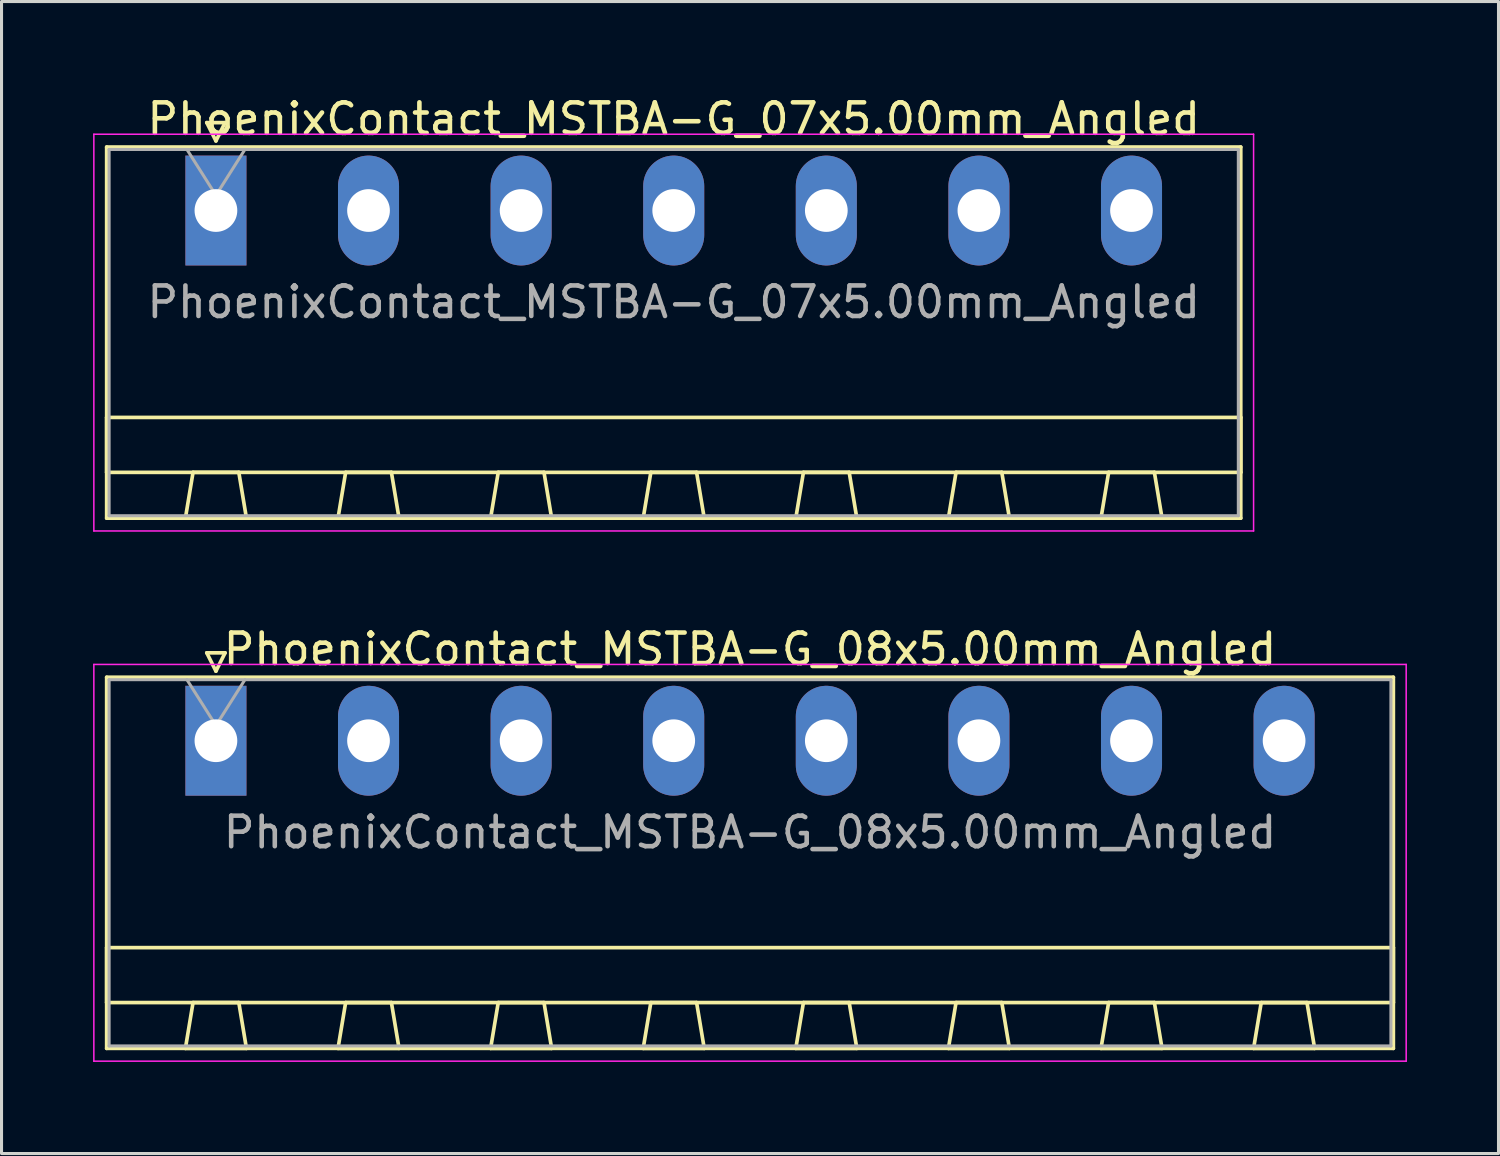
<source format=kicad_pcb>
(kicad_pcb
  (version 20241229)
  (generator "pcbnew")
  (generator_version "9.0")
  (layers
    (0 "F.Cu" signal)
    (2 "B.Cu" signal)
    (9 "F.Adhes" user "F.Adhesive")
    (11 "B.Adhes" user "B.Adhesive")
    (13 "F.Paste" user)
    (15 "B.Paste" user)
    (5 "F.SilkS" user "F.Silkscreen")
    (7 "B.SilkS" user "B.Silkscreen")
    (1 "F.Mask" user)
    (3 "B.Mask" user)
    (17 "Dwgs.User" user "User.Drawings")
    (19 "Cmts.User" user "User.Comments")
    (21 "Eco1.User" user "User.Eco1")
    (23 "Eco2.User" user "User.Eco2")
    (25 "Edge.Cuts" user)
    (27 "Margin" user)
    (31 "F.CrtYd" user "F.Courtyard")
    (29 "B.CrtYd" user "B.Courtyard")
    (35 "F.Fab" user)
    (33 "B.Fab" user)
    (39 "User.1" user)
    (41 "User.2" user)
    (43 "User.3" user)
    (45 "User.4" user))
  (footprint "PhoenixContact_MSTBA-G_08x5.00mm_Angled"
    (layer "F.Cu")
    (at 4.025 21.221)
    (property "Reference" "PhoenixContact_MSTBA-G_08x5.00mm_Angled" (at 17.5 -3 0) (layer "F.SilkS") (effects (font (size 1 1) (thickness 0.15))))
    (attr through_hole)
    (fp_line (start -3.58 -2.08) (end -3.58 10.08) (stroke (width 0.12) (type solid)) (layer "F.SilkS"))
    (fp_line (start -3.58 6.78) (end 38.58 6.78) (stroke (width 0.12) (type solid)) (layer "F.SilkS"))
    (fp_line (start -3.58 8.58) (end -3.58 6.78) (stroke (width 0.12) (type solid)) (layer "F.SilkS"))
    (fp_line (start -3.58 10.08) (end 38.58 10.08) (stroke (width 0.12) (type solid)) (layer "F.SilkS"))
    (fp_line (start -1 10.08) (end 1 10.08) (stroke (width 0.12) (type solid)) (layer "F.SilkS"))
    (fp_line (start -0.75 8.58) (end -1 10.08) (stroke (width 0.12) (type solid)) (layer "F.SilkS"))
    (fp_line (start -0.3 -2.88) (end 0.3 -2.88) (stroke (width 0.12) (type solid)) (layer "F.SilkS"))
    (fp_line (start 0 -2.28) (end -0.3 -2.88) (stroke (width 0.12) (type solid)) (layer "F.SilkS"))
    (fp_line (start 0.3 -2.88) (end 0 -2.28) (stroke (width 0.12) (type solid)) (layer "F.SilkS"))
    (fp_line (start 0.75 8.58) (end -0.75 8.58) (stroke (width 0.12) (type solid)) (layer "F.SilkS"))
    (fp_line (start 1 10.08) (end 0.75 8.58) (stroke (width 0.12) (type solid)) (layer "F.SilkS"))
    (fp_line (start 4 10.08) (end 6 10.08) (stroke (width 0.12) (type solid)) (layer "F.SilkS"))
    (fp_line (start 4.25 8.58) (end 4 10.08) (stroke (width 0.12) (type solid)) (layer "F.SilkS"))
    (fp_line (start 5.75 8.58) (end 4.25 8.58) (stroke (width 0.12) (type solid)) (layer "F.SilkS"))
    (fp_line (start 6 10.08) (end 5.75 8.58) (stroke (width 0.12) (type solid)) (layer "F.SilkS"))
    (fp_line (start 9 10.08) (end 11 10.08) (stroke (width 0.12) (type solid)) (layer "F.SilkS"))
    (fp_line (start 9.25 8.58) (end 9 10.08) (stroke (width 0.12) (type solid)) (layer "F.SilkS"))
    (fp_line (start 10.75 8.58) (end 9.25 8.58) (stroke (width 0.12) (type solid)) (layer "F.SilkS"))
    (fp_line (start 11 10.08) (end 10.75 8.58) (stroke (width 0.12) (type solid)) (layer "F.SilkS"))
    (fp_line (start 14 10.08) (end 16 10.08) (stroke (width 0.12) (type solid)) (layer "F.SilkS"))
    (fp_line (start 14.25 8.58) (end 14 10.08) (stroke (width 0.12) (type solid)) (layer "F.SilkS"))
    (fp_line (start 15.75 8.58) (end 14.25 8.58) (stroke (width 0.12) (type solid)) (layer "F.SilkS"))
    (fp_line (start 16 10.08) (end 15.75 8.58) (stroke (width 0.12) (type solid)) (layer "F.SilkS"))
    (fp_line (start 19 10.08) (end 21 10.08) (stroke (width 0.12) (type solid)) (layer "F.SilkS"))
    (fp_line (start 19.25 8.58) (end 19 10.08) (stroke (width 0.12) (type solid)) (layer "F.SilkS"))
    (fp_line (start 20.75 8.58) (end 19.25 8.58) (stroke (width 0.12) (type solid)) (layer "F.SilkS"))
    (fp_line (start 21 10.08) (end 20.75 8.58) (stroke (width 0.12) (type solid)) (layer "F.SilkS"))
    (fp_line (start 24 10.08) (end 26 10.08) (stroke (width 0.12) (type solid)) (layer "F.SilkS"))
    (fp_line (start 24.25 8.58) (end 24 10.08) (stroke (width 0.12) (type solid)) (layer "F.SilkS"))
    (fp_line (start 25.75 8.58) (end 24.25 8.58) (stroke (width 0.12) (type solid)) (layer "F.SilkS"))
    (fp_line (start 26 10.08) (end 25.75 8.58) (stroke (width 0.12) (type solid)) (layer "F.SilkS"))
    (fp_line (start 29 10.08) (end 31 10.08) (stroke (width 0.12) (type solid)) (layer "F.SilkS"))
    (fp_line (start 29.25 8.58) (end 29 10.08) (stroke (width 0.12) (type solid)) (layer "F.SilkS"))
    (fp_line (start 30.75 8.58) (end 29.25 8.58) (stroke (width 0.12) (type solid)) (layer "F.SilkS"))
    (fp_line (start 31 10.08) (end 30.75 8.58) (stroke (width 0.12) (type solid)) (layer "F.SilkS"))
    (fp_line (start 34 10.08) (end 36 10.08) (stroke (width 0.12) (type solid)) (layer "F.SilkS"))
    (fp_line (start 34.25 8.58) (end 34 10.08) (stroke (width 0.12) (type solid)) (layer "F.SilkS"))
    (fp_line (start 35.75 8.58) (end 34.25 8.58) (stroke (width 0.12) (type solid)) (layer "F.SilkS"))
    (fp_line (start 36 10.08) (end 35.75 8.58) (stroke (width 0.12) (type solid)) (layer "F.SilkS"))
    (fp_line (start 38.58 -2.08) (end -3.58 -2.08) (stroke (width 0.12) (type solid)) (layer "F.SilkS"))
    (fp_line (start 38.58 6.78) (end 38.58 8.58) (stroke (width 0.12) (type solid)) (layer "F.SilkS"))
    (fp_line (start 38.58 8.58) (end -3.58 8.58) (stroke (width 0.12) (type solid)) (layer "F.SilkS"))
    (fp_line (start 38.58 10.08) (end 38.58 -2.08) (stroke (width 0.12) (type solid)) (layer "F.SilkS"))
    (fp_line (start -4 -2.5) (end -4 10.5) (stroke (width 0.05) (type solid)) (layer "F.CrtYd"))
    (fp_line (start -4 10.5) (end 39 10.5) (stroke (width 0.05) (type solid)) (layer "F.CrtYd"))
    (fp_line (start 39 -2.5) (end -4 -2.5) (stroke (width 0.05) (type solid)) (layer "F.CrtYd"))
    (fp_line (start 39 10.5) (end 39 -2.5) (stroke (width 0.05) (type solid)) (layer "F.CrtYd"))
    (fp_line (start -3.5 -2) (end -3.5 10) (stroke (width 0.1) (type solid)) (layer "F.Fab"))
    (fp_line (start -3.5 10) (end 38.5 10) (stroke (width 0.1) (type solid)) (layer "F.Fab"))
    (fp_line (start 0 -0.5) (end -0.95 -2) (stroke (width 0.1) (type solid)) (layer "F.Fab"))
    (fp_line (start 0.95 -2) (end 0 -0.5) (stroke (width 0.1) (type solid)) (layer "F.Fab"))
    (fp_line (start 38.5 -2) (end -3.5 -2) (stroke (width 0.1) (type solid)) (layer "F.Fab"))
    (fp_line (start 38.5 10) (end 38.5 -2) (stroke (width 0.1) (type solid)) (layer "F.Fab"))
    (fp_text user "${REFERENCE}" (at 17.5 3 0) (layer "F.Fab") (effects (font (size 1 1) (thickness 0.15))))
    (pad "1" thru_hole rect (at 0 0) (size 2 3.6) (drill 1.4) (layers "*.Cu" "*.Mask"))
    (pad "2" thru_hole oval (at 5 0) (size 2 3.6) (drill 1.4) (layers "*.Cu" "*.Mask"))
    (pad "3" thru_hole oval (at 10 0) (size 2 3.6) (drill 1.4) (layers "*.Cu" "*.Mask"))
    (pad "4" thru_hole oval (at 15 0) (size 2 3.6) (drill 1.4) (layers "*.Cu" "*.Mask"))
    (pad "5" thru_hole oval (at 20 0) (size 2 3.6) (drill 1.4) (layers "*.Cu" "*.Mask"))
    (pad "6" thru_hole oval (at 25 0) (size 2 3.6) (drill 1.4) (layers "*.Cu" "*.Mask"))
    (pad "7" thru_hole oval (at 30 0) (size 2 3.6) (drill 1.4) (layers "*.Cu" "*.Mask"))
    (pad "8" thru_hole oval (at 35 0) (size 2 3.6) (drill 1.4) (layers "*.Cu" "*.Mask")))
  (footprint "PhoenixContact_MSTBA-G_07x5.00mm_Angled"
    (layer "F.Cu")
    (at 4.025 3.848)
    (property "Reference" "PhoenixContact_MSTBA-G_07x5.00mm_Angled" (at 15 -3 0) (layer "F.SilkS") (effects (font (size 1 1) (thickness 0.15))))
    (attr through_hole)
    (fp_line (start -3.58 -2.08) (end -3.58 10.08) (stroke (width 0.12) (type solid)) (layer "F.SilkS"))
    (fp_line (start -3.58 6.78) (end 33.58 6.78) (stroke (width 0.12) (type solid)) (layer "F.SilkS"))
    (fp_line (start -3.58 8.58) (end -3.58 6.78) (stroke (width 0.12) (type solid)) (layer "F.SilkS"))
    (fp_line (start -3.58 10.08) (end 33.58 10.08) (stroke (width 0.12) (type solid)) (layer "F.SilkS"))
    (fp_line (start -1 10.08) (end 1 10.08) (stroke (width 0.12) (type solid)) (layer "F.SilkS"))
    (fp_line (start -0.75 8.58) (end -1 10.08) (stroke (width 0.12) (type solid)) (layer "F.SilkS"))
    (fp_line (start -0.3 -2.88) (end 0.3 -2.88) (stroke (width 0.12) (type solid)) (layer "F.SilkS"))
    (fp_line (start 0 -2.28) (end -0.3 -2.88) (stroke (width 0.12) (type solid)) (layer "F.SilkS"))
    (fp_line (start 0.3 -2.88) (end 0 -2.28) (stroke (width 0.12) (type solid)) (layer "F.SilkS"))
    (fp_line (start 0.75 8.58) (end -0.75 8.58) (stroke (width 0.12) (type solid)) (layer "F.SilkS"))
    (fp_line (start 1 10.08) (end 0.75 8.58) (stroke (width 0.12) (type solid)) (layer "F.SilkS"))
    (fp_line (start 4 10.08) (end 6 10.08) (stroke (width 0.12) (type solid)) (layer "F.SilkS"))
    (fp_line (start 4.25 8.58) (end 4 10.08) (stroke (width 0.12) (type solid)) (layer "F.SilkS"))
    (fp_line (start 5.75 8.58) (end 4.25 8.58) (stroke (width 0.12) (type solid)) (layer "F.SilkS"))
    (fp_line (start 6 10.08) (end 5.75 8.58) (stroke (width 0.12) (type solid)) (layer "F.SilkS"))
    (fp_line (start 9 10.08) (end 11 10.08) (stroke (width 0.12) (type solid)) (layer "F.SilkS"))
    (fp_line (start 9.25 8.58) (end 9 10.08) (stroke (width 0.12) (type solid)) (layer "F.SilkS"))
    (fp_line (start 10.75 8.58) (end 9.25 8.58) (stroke (width 0.12) (type solid)) (layer "F.SilkS"))
    (fp_line (start 11 10.08) (end 10.75 8.58) (stroke (width 0.12) (type solid)) (layer "F.SilkS"))
    (fp_line (start 14 10.08) (end 16 10.08) (stroke (width 0.12) (type solid)) (layer "F.SilkS"))
    (fp_line (start 14.25 8.58) (end 14 10.08) (stroke (width 0.12) (type solid)) (layer "F.SilkS"))
    (fp_line (start 15.75 8.58) (end 14.25 8.58) (stroke (width 0.12) (type solid)) (layer "F.SilkS"))
    (fp_line (start 16 10.08) (end 15.75 8.58) (stroke (width 0.12) (type solid)) (layer "F.SilkS"))
    (fp_line (start 19 10.08) (end 21 10.08) (stroke (width 0.12) (type solid)) (layer "F.SilkS"))
    (fp_line (start 19.25 8.58) (end 19 10.08) (stroke (width 0.12) (type solid)) (layer "F.SilkS"))
    (fp_line (start 20.75 8.58) (end 19.25 8.58) (stroke (width 0.12) (type solid)) (layer "F.SilkS"))
    (fp_line (start 21 10.08) (end 20.75 8.58) (stroke (width 0.12) (type solid)) (layer "F.SilkS"))
    (fp_line (start 24 10.08) (end 26 10.08) (stroke (width 0.12) (type solid)) (layer "F.SilkS"))
    (fp_line (start 24.25 8.58) (end 24 10.08) (stroke (width 0.12) (type solid)) (layer "F.SilkS"))
    (fp_line (start 25.75 8.58) (end 24.25 8.58) (stroke (width 0.12) (type solid)) (layer "F.SilkS"))
    (fp_line (start 26 10.08) (end 25.75 8.58) (stroke (width 0.12) (type solid)) (layer "F.SilkS"))
    (fp_line (start 29 10.08) (end 31 10.08) (stroke (width 0.12) (type solid)) (layer "F.SilkS"))
    (fp_line (start 29.25 8.58) (end 29 10.08) (stroke (width 0.12) (type solid)) (layer "F.SilkS"))
    (fp_line (start 30.75 8.58) (end 29.25 8.58) (stroke (width 0.12) (type solid)) (layer "F.SilkS"))
    (fp_line (start 31 10.08) (end 30.75 8.58) (stroke (width 0.12) (type solid)) (layer "F.SilkS"))
    (fp_line (start 33.58 -2.08) (end -3.58 -2.08) (stroke (width 0.12) (type solid)) (layer "F.SilkS"))
    (fp_line (start 33.58 6.78) (end 33.58 8.58) (stroke (width 0.12) (type solid)) (layer "F.SilkS"))
    (fp_line (start 33.58 8.58) (end -3.58 8.58) (stroke (width 0.12) (type solid)) (layer "F.SilkS"))
    (fp_line (start 33.58 10.08) (end 33.58 -2.08) (stroke (width 0.12) (type solid)) (layer "F.SilkS"))
    (fp_line (start -4 -2.5) (end -4 10.5) (stroke (width 0.05) (type solid)) (layer "F.CrtYd"))
    (fp_line (start -4 10.5) (end 34 10.5) (stroke (width 0.05) (type solid)) (layer "F.CrtYd"))
    (fp_line (start 34 -2.5) (end -4 -2.5) (stroke (width 0.05) (type solid)) (layer "F.CrtYd"))
    (fp_line (start 34 10.5) (end 34 -2.5) (stroke (width 0.05) (type solid)) (layer "F.CrtYd"))
    (fp_line (start -3.5 -2) (end -3.5 10) (stroke (width 0.1) (type solid)) (layer "F.Fab"))
    (fp_line (start -3.5 10) (end 33.5 10) (stroke (width 0.1) (type solid)) (layer "F.Fab"))
    (fp_line (start 0 -0.5) (end -0.95 -2) (stroke (width 0.1) (type solid)) (layer "F.Fab"))
    (fp_line (start 0.95 -2) (end 0 -0.5) (stroke (width 0.1) (type solid)) (layer "F.Fab"))
    (fp_line (start 33.5 -2) (end -3.5 -2) (stroke (width 0.1) (type solid)) (layer "F.Fab"))
    (fp_line (start 33.5 10) (end 33.5 -2) (stroke (width 0.1) (type solid)) (layer "F.Fab"))
    (fp_text user "${REFERENCE}" (at 15 3 0) (layer "F.Fab") (effects (font (size 1 1) (thickness 0.15))))
    (pad "1" thru_hole rect (at 0 0) (size 2 3.6) (drill 1.4) (layers "*.Cu" "*.Mask"))
    (pad "2" thru_hole oval (at 5 0) (size 2 3.6) (drill 1.4) (layers "*.Cu" "*.Mask"))
    (pad "3" thru_hole oval (at 10 0) (size 2 3.6) (drill 1.4) (layers "*.Cu" "*.Mask"))
    (pad "4" thru_hole oval (at 15 0) (size 2 3.6) (drill 1.4) (layers "*.Cu" "*.Mask"))
    (pad "5" thru_hole oval (at 20 0) (size 2 3.6) (drill 1.4) (layers "*.Cu" "*.Mask"))
    (pad "6" thru_hole oval (at 25 0) (size 2 3.6) (drill 1.4) (layers "*.Cu" "*.Mask"))
    (pad "7" thru_hole oval (at 30 0) (size 2 3.6) (drill 1.4) (layers "*.Cu" "*.Mask")))
  (gr_rect
    (start -3 -3)
    (end 46.05 34.746)
    (stroke (width 0.1) (type default))
    (fill no)
    (layer "Edge.Cuts")))
</source>
